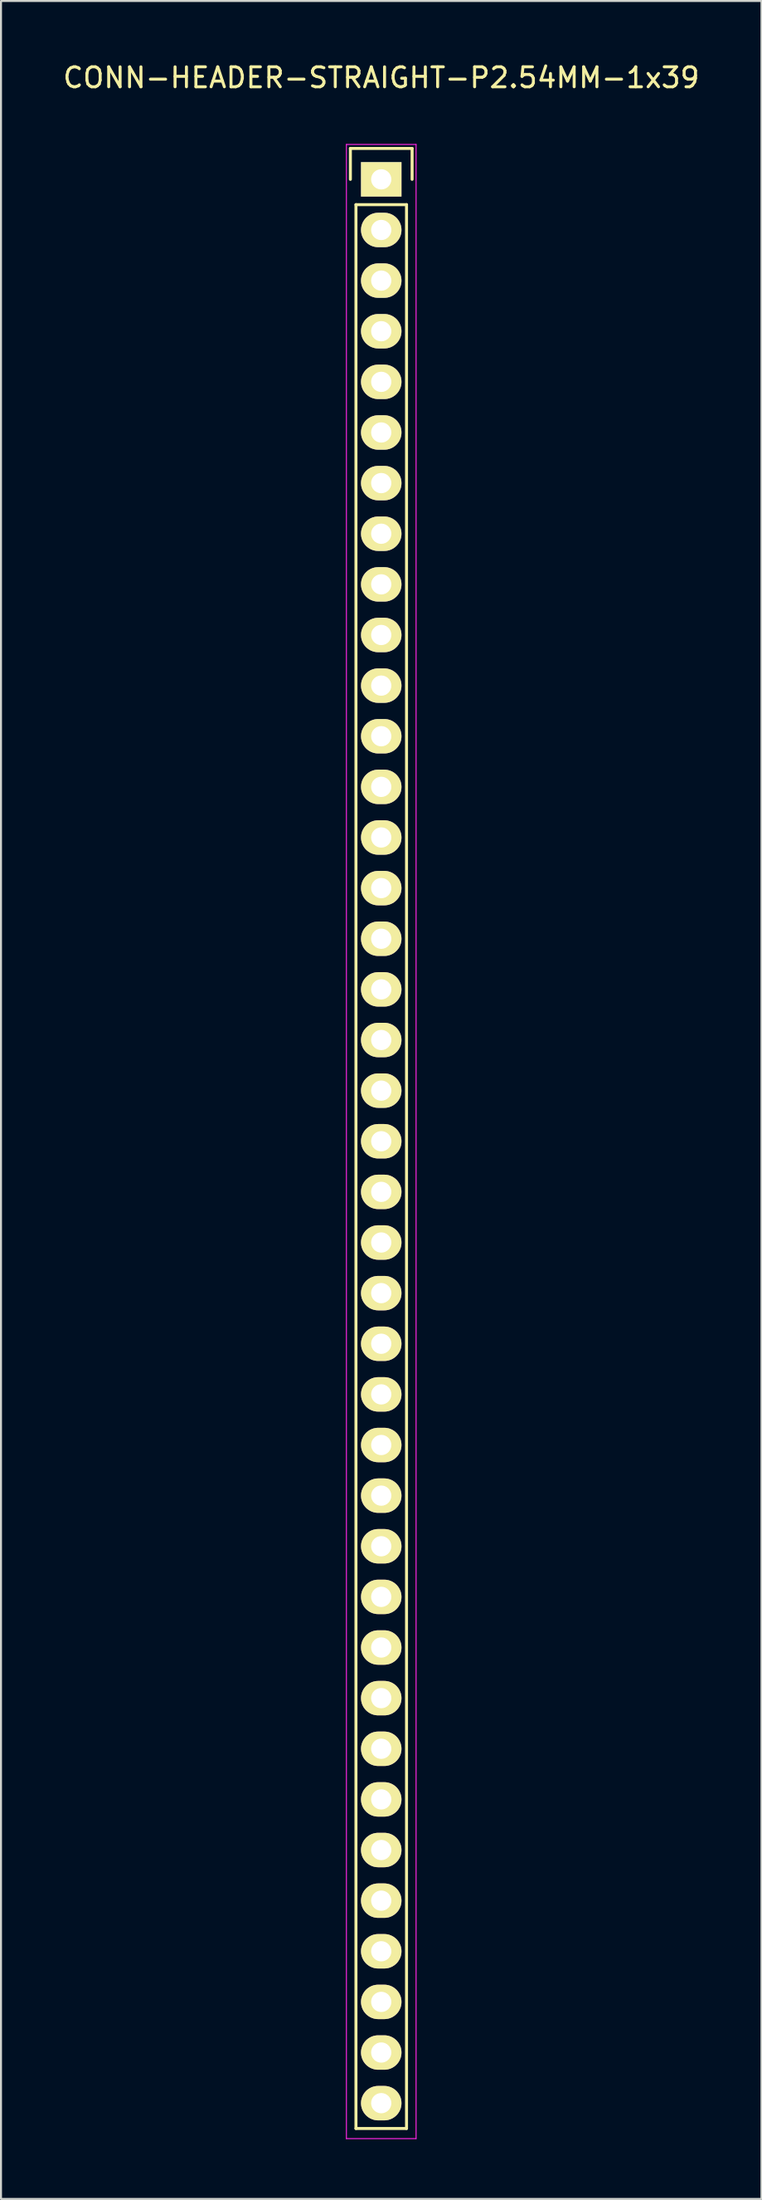
<source format=kicad_pcb>
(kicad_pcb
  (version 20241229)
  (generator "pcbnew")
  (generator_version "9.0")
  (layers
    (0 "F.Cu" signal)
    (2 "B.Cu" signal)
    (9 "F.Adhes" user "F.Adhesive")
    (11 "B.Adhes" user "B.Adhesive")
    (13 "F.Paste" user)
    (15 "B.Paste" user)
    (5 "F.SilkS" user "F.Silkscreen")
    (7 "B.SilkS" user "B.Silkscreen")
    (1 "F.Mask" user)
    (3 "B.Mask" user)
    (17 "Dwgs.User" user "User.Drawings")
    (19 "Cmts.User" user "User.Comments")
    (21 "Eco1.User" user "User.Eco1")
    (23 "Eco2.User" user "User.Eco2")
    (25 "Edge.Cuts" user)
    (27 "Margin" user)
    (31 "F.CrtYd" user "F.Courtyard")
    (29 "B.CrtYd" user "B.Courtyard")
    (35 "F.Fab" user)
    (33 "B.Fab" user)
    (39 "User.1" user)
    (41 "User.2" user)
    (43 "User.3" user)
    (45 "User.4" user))
  (footprint "CONN-HEADER-STRAIGHT-P2.54MM-1x39"
    (layer "F.Cu")
    (at 16.101 5.948)
    (property "Reference" "CONN-HEADER-STRAIGHT-P2.54MM-1x39" (at 0 -5.1 0) (layer "F.SilkS") (effects (font (size 1 1) (thickness 0.15))))
    (attr through_hole)
    (fp_line (start -1.55 -1.55) (end 1.55 -1.55) (stroke (width 0.15) (type solid)) (layer "F.SilkS"))
    (fp_line (start -1.55 0) (end -1.55 -1.55) (stroke (width 0.15) (type solid)) (layer "F.SilkS"))
    (fp_line (start -1.27 1.27) (end -1.27 97.79) (stroke (width 0.15) (type solid)) (layer "F.SilkS"))
    (fp_line (start -1.27 97.79) (end 1.27 97.79) (stroke (width 0.15) (type solid)) (layer "F.SilkS"))
    (fp_line (start 1.27 1.27) (end -1.27 1.27) (stroke (width 0.15) (type solid)) (layer "F.SilkS"))
    (fp_line (start 1.27 97.79) (end 1.27 1.27) (stroke (width 0.15) (type solid)) (layer "F.SilkS"))
    (fp_line (start 1.55 -1.55) (end 1.55 0) (stroke (width 0.15) (type solid)) (layer "F.SilkS"))
    (fp_line (start -1.75 -1.75) (end -1.75 98.3) (stroke (width 0.05) (type solid)) (layer "F.CrtYd"))
    (fp_line (start -1.75 -1.75) (end 1.75 -1.75) (stroke (width 0.05) (type solid)) (layer "F.CrtYd"))
    (fp_line (start -1.75 98.3) (end 1.75 98.3) (stroke (width 0.05) (type solid)) (layer "F.CrtYd"))
    (fp_line (start 1.75 -1.75) (end 1.75 98.3) (stroke (width 0.05) (type solid)) (layer "F.CrtYd"))
    (pad "1" thru_hole rect (at 0 0) (size 2.032 1.727) (drill 1.016) (layers "*.Cu" "*.Mask" "F.SilkS"))
    (pad "2" thru_hole oval (at 0 2.54) (size 2.032 1.727) (drill 1.016) (layers "*.Cu" "*.Mask" "F.SilkS"))
    (pad "3" thru_hole oval (at 0 5.08) (size 2.032 1.727) (drill 1.016) (layers "*.Cu" "*.Mask" "F.SilkS"))
    (pad "4" thru_hole oval (at 0 7.62) (size 2.032 1.727) (drill 1.016) (layers "*.Cu" "*.Mask" "F.SilkS"))
    (pad "5" thru_hole oval (at 0 10.16) (size 2.032 1.727) (drill 1.016) (layers "*.Cu" "*.Mask" "F.SilkS"))
    (pad "6" thru_hole oval (at 0 12.7) (size 2.032 1.727) (drill 1.016) (layers "*.Cu" "*.Mask" "F.SilkS"))
    (pad "7" thru_hole oval (at 0 15.24) (size 2.032 1.727) (drill 1.016) (layers "*.Cu" "*.Mask" "F.SilkS"))
    (pad "8" thru_hole oval (at 0 17.78) (size 2.032 1.727) (drill 1.016) (layers "*.Cu" "*.Mask" "F.SilkS"))
    (pad "9" thru_hole oval (at 0 20.32) (size 2.032 1.727) (drill 1.016) (layers "*.Cu" "*.Mask" "F.SilkS"))
    (pad "10" thru_hole oval (at 0 22.86) (size 2.032 1.727) (drill 1.016) (layers "*.Cu" "*.Mask" "F.SilkS"))
    (pad "11" thru_hole oval (at 0 25.4) (size 2.032 1.727) (drill 1.016) (layers "*.Cu" "*.Mask" "F.SilkS"))
    (pad "12" thru_hole oval (at 0 27.94) (size 2.032 1.727) (drill 1.016) (layers "*.Cu" "*.Mask" "F.SilkS"))
    (pad "13" thru_hole oval (at 0 30.48) (size 2.032 1.727) (drill 1.016) (layers "*.Cu" "*.Mask" "F.SilkS"))
    (pad "14" thru_hole oval (at 0 33.02) (size 2.032 1.727) (drill 1.016) (layers "*.Cu" "*.Mask" "F.SilkS"))
    (pad "15" thru_hole oval (at 0 35.56) (size 2.032 1.727) (drill 1.016) (layers "*.Cu" "*.Mask" "F.SilkS"))
    (pad "16" thru_hole oval (at 0 38.1) (size 2.032 1.727) (drill 1.016) (layers "*.Cu" "*.Mask" "F.SilkS"))
    (pad "17" thru_hole oval (at 0 40.64) (size 2.032 1.727) (drill 1.016) (layers "*.Cu" "*.Mask" "F.SilkS"))
    (pad "18" thru_hole oval (at 0 43.18) (size 2.032 1.727) (drill 1.016) (layers "*.Cu" "*.Mask" "F.SilkS"))
    (pad "19" thru_hole oval (at 0 45.72) (size 2.032 1.727) (drill 1.016) (layers "*.Cu" "*.Mask" "F.SilkS"))
    (pad "20" thru_hole oval (at 0 48.26) (size 2.032 1.727) (drill 1.016) (layers "*.Cu" "*.Mask" "F.SilkS"))
    (pad "21" thru_hole oval (at 0 50.8) (size 2.032 1.727) (drill 1.016) (layers "*.Cu" "*.Mask" "F.SilkS"))
    (pad "22" thru_hole oval (at 0 53.34) (size 2.032 1.727) (drill 1.016) (layers "*.Cu" "*.Mask" "F.SilkS"))
    (pad "23" thru_hole oval (at 0 55.88) (size 2.032 1.727) (drill 1.016) (layers "*.Cu" "*.Mask" "F.SilkS"))
    (pad "24" thru_hole oval (at 0 58.42) (size 2.032 1.727) (drill 1.016) (layers "*.Cu" "*.Mask" "F.SilkS"))
    (pad "25" thru_hole oval (at 0 60.96) (size 2.032 1.727) (drill 1.016) (layers "*.Cu" "*.Mask" "F.SilkS"))
    (pad "26" thru_hole oval (at 0 63.5) (size 2.032 1.727) (drill 1.016) (layers "*.Cu" "*.Mask" "F.SilkS"))
    (pad "27" thru_hole oval (at 0 66.04) (size 2.032 1.727) (drill 1.016) (layers "*.Cu" "*.Mask" "F.SilkS"))
    (pad "28" thru_hole oval (at 0 68.58) (size 2.032 1.727) (drill 1.016) (layers "*.Cu" "*.Mask" "F.SilkS"))
    (pad "29" thru_hole oval (at 0 71.12) (size 2.032 1.727) (drill 1.016) (layers "*.Cu" "*.Mask" "F.SilkS"))
    (pad "30" thru_hole oval (at 0 73.66) (size 2.032 1.727) (drill 1.016) (layers "*.Cu" "*.Mask" "F.SilkS"))
    (pad "31" thru_hole oval (at 0 76.2) (size 2.032 1.727) (drill 1.016) (layers "*.Cu" "*.Mask" "F.SilkS"))
    (pad "32" thru_hole oval (at 0 78.74) (size 2.032 1.727) (drill 1.016) (layers "*.Cu" "*.Mask" "F.SilkS"))
    (pad "33" thru_hole oval (at 0 81.28) (size 2.032 1.727) (drill 1.016) (layers "*.Cu" "*.Mask" "F.SilkS"))
    (pad "34" thru_hole oval (at 0 83.82) (size 2.032 1.727) (drill 1.016) (layers "*.Cu" "*.Mask" "F.SilkS"))
    (pad "35" thru_hole oval (at 0 86.36) (size 2.032 1.727) (drill 1.016) (layers "*.Cu" "*.Mask" "F.SilkS"))
    (pad "36" thru_hole oval (at 0 88.9) (size 2.032 1.727) (drill 1.016) (layers "*.Cu" "*.Mask" "F.SilkS"))
    (pad "37" thru_hole oval (at 0 91.44) (size 2.032 1.727) (drill 1.016) (layers "*.Cu" "*.Mask" "F.SilkS"))
    (pad "38" thru_hole oval (at 0 93.98) (size 2.032 1.727) (drill 1.016) (layers "*.Cu" "*.Mask" "F.SilkS"))
    (pad "39" thru_hole oval (at 0 96.52) (size 2.032 1.727) (drill 1.016) (layers "*.Cu" "*.Mask" "F.SilkS")))
  (gr_rect
    (start -3 -3)
    (end 35.202 107.273)
    (stroke (width 0.1) (type default))
    (fill no)
    (layer "Edge.Cuts")))
</source>
